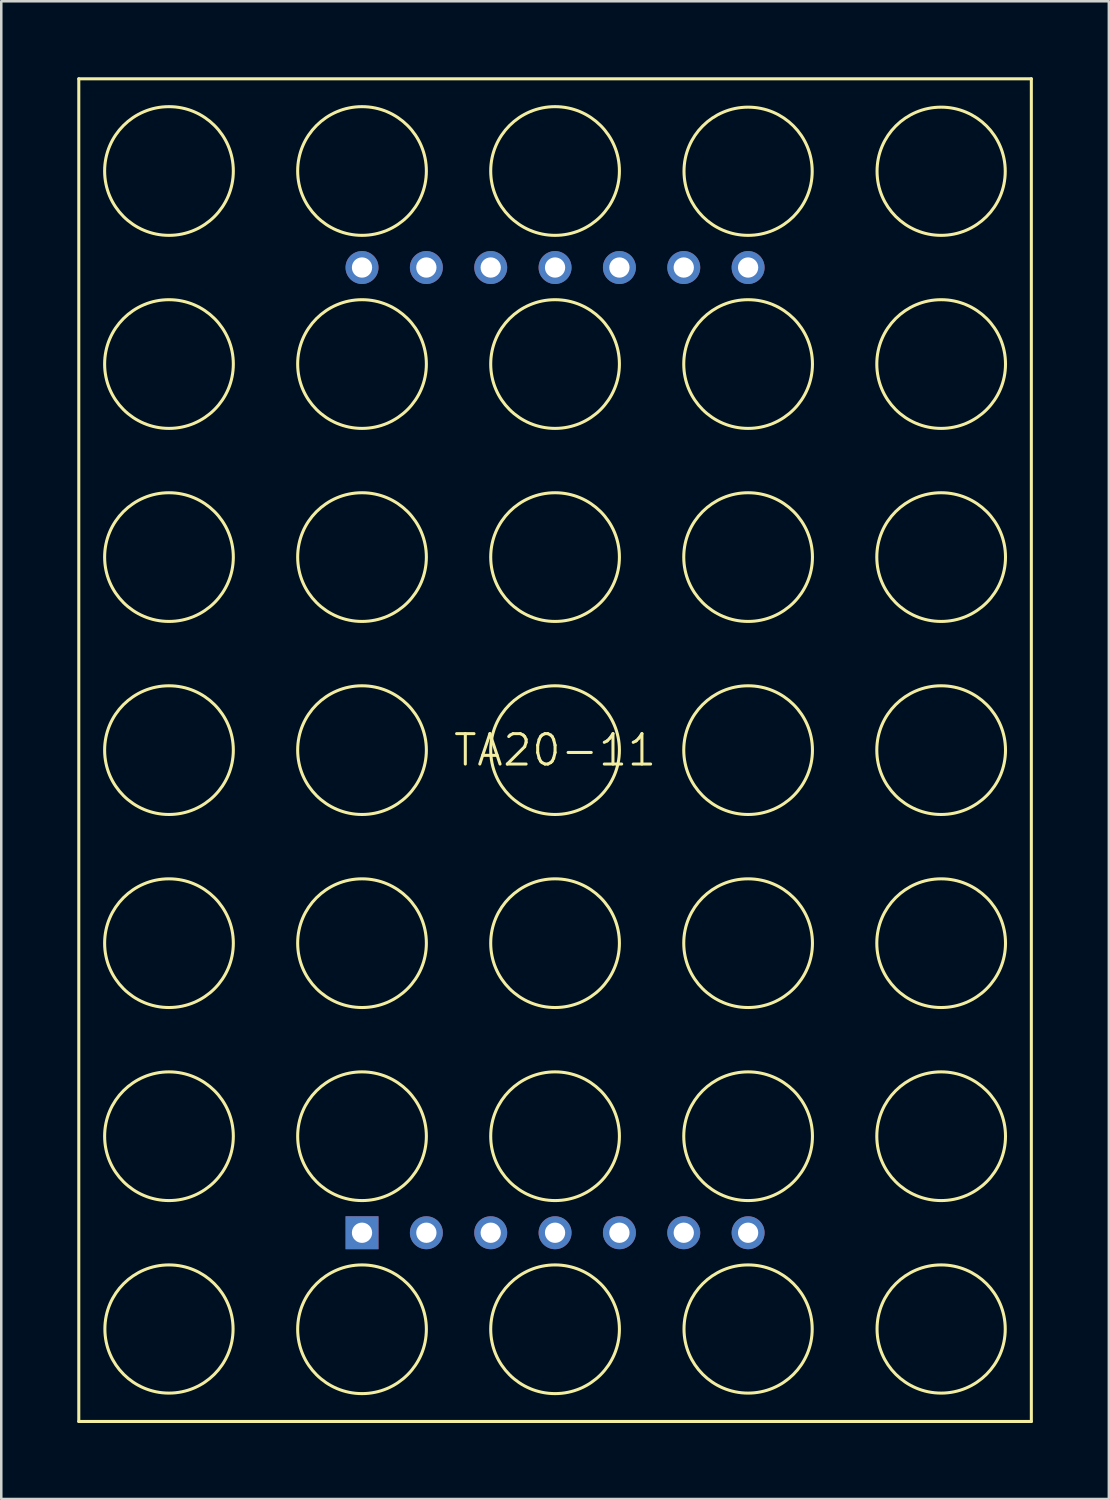
<source format=kicad_pcb>
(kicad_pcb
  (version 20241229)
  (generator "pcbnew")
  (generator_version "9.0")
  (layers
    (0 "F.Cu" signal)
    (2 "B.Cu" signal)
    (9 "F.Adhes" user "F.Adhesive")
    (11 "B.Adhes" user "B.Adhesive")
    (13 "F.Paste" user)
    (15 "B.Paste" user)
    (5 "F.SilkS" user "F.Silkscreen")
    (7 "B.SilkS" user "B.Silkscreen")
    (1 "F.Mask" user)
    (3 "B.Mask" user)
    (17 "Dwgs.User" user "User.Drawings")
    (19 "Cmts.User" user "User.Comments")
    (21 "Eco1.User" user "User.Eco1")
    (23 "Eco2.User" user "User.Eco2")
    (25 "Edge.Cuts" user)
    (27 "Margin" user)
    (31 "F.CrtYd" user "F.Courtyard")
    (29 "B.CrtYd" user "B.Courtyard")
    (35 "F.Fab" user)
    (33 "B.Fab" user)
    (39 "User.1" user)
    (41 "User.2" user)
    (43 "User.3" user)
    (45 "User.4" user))
  (footprint "TA20-11"
    (layer "F.Cu")
    (at 18.86 26.56)
    (property "Reference" "TA20-11" (at 0 0 0) (layer "F.SilkS") (effects (font (size 1.2 1.2) (thickness 0.12))))
    (attr through_hole)
    (fp_line (start -18.8 -26.5) (end 18.8 -26.5) (stroke (width 0.12) (type solid)) (layer "F.SilkS"))
    (fp_line (start -18.8 26.5) (end -18.8 -26.5) (stroke (width 0.12) (type solid)) (layer "F.SilkS"))
    (fp_line (start 18.8 -26.5) (end 18.8 26.5) (stroke (width 0.12) (type solid)) (layer "F.SilkS"))
    (fp_line (start 18.8 26.5) (end -18.8 26.5) (stroke (width 0.12) (type solid)) (layer "F.SilkS"))
    (fp_circle (center -15.24 -22.86) (end -15.24 -20.32) (stroke (width 0.12) (type solid)) (fill no) (layer "F.SilkS"))
    (fp_circle (center -15.24 -15.24) (end -15.24 -12.7) (stroke (width 0.12) (type solid)) (fill no) (layer "F.SilkS"))
    (fp_circle (center -15.24 -7.62) (end -15.24 -5.08) (stroke (width 0.12) (type solid)) (fill no) (layer "F.SilkS"))
    (fp_circle (center -15.24 0) (end -12.7 0) (stroke (width 0.12) (type solid)) (fill no) (layer "F.SilkS"))
    (fp_circle (center -15.24 7.62) (end -15.24 10.16) (stroke (width 0.12) (type solid)) (fill no) (layer "F.SilkS"))
    (fp_circle (center -15.24 15.24) (end -15.24 17.78) (stroke (width 0.12) (type solid)) (fill no) (layer "F.SilkS"))
    (fp_circle (center -15.24 22.85) (end -15.24 20.32) (stroke (width 0.12) (type solid)) (fill no) (layer "F.SilkS"))
    (fp_circle (center -7.62 -22.86) (end -7.62 -20.32) (stroke (width 0.12) (type solid)) (fill no) (layer "F.SilkS"))
    (fp_circle (center -7.62 -15.24) (end -7.62 -12.7) (stroke (width 0.12) (type solid)) (fill no) (layer "F.SilkS"))
    (fp_circle (center -7.62 -7.62) (end -7.62 -5.08) (stroke (width 0.12) (type solid)) (fill no) (layer "F.SilkS"))
    (fp_circle (center -7.62 0) (end -5.08 0) (stroke (width 0.12) (type solid)) (fill no) (layer "F.SilkS"))
    (fp_circle (center -7.62 7.62) (end -7.62 10.16) (stroke (width 0.12) (type solid)) (fill no) (layer "F.SilkS"))
    (fp_circle (center -7.62 15.24) (end -7.62 17.78) (stroke (width 0.12) (type solid)) (fill no) (layer "F.SilkS"))
    (fp_circle (center -7.62 22.86) (end -7.62 20.32) (stroke (width 0.12) (type solid)) (fill no) (layer "F.SilkS"))
    (fp_circle (center 0 -22.86) (end 0 -20.32) (stroke (width 0.12) (type solid)) (fill no) (layer "F.SilkS"))
    (fp_circle (center 0 -15.24) (end 0 -12.7) (stroke (width 0.12) (type solid)) (fill no) (layer "F.SilkS"))
    (fp_circle (center 0 -7.62) (end 0 -5.08) (stroke (width 0.12) (type solid)) (fill no) (layer "F.SilkS"))
    (fp_circle (center 0 0) (end 2.54 0) (stroke (width 0.12) (type solid)) (fill no) (layer "F.SilkS"))
    (fp_circle (center 0 7.62) (end 0 10.16) (stroke (width 0.12) (type solid)) (fill no) (layer "F.SilkS"))
    (fp_circle (center 0 15.24) (end 0 17.78) (stroke (width 0.12) (type solid)) (fill no) (layer "F.SilkS"))
    (fp_circle (center 0 22.86) (end 0 20.32) (stroke (width 0.12) (type solid)) (fill no) (layer "F.SilkS"))
    (fp_circle (center 7.62 -22.85) (end 7.62 -20.32) (stroke (width 0.12) (type solid)) (fill no) (layer "F.SilkS"))
    (fp_circle (center 7.62 -15.24) (end 7.62 -12.7) (stroke (width 0.12) (type solid)) (fill no) (layer "F.SilkS"))
    (fp_circle (center 7.62 -7.62) (end 7.62 -5.08) (stroke (width 0.12) (type solid)) (fill no) (layer "F.SilkS"))
    (fp_circle (center 7.62 0) (end 10.16 0) (stroke (width 0.12) (type solid)) (fill no) (layer "F.SilkS"))
    (fp_circle (center 7.62 7.62) (end 7.62 10.16) (stroke (width 0.12) (type solid)) (fill no) (layer "F.SilkS"))
    (fp_circle (center 7.62 15.24) (end 7.62 17.78) (stroke (width 0.12) (type solid)) (fill no) (layer "F.SilkS"))
    (fp_circle (center 7.62 22.85) (end 7.62 20.32) (stroke (width 0.12) (type solid)) (fill no) (layer "F.SilkS"))
    (fp_circle (center 15.24 -22.85) (end 15.24 -20.32) (stroke (width 0.12) (type solid)) (fill no) (layer "F.SilkS"))
    (fp_circle (center 15.24 -15.24) (end 15.24 -12.7) (stroke (width 0.12) (type solid)) (fill no) (layer "F.SilkS"))
    (fp_circle (center 15.24 -7.62) (end 15.24 -5.08) (stroke (width 0.12) (type solid)) (fill no) (layer "F.SilkS"))
    (fp_circle (center 15.24 0) (end 12.7 0) (stroke (width 0.12) (type solid)) (fill no) (layer "F.SilkS"))
    (fp_circle (center 15.24 7.62) (end 15.24 10.16) (stroke (width 0.12) (type solid)) (fill no) (layer "F.SilkS"))
    (fp_circle (center 15.24 15.24) (end 15.24 17.78) (stroke (width 0.12) (type solid)) (fill no) (layer "F.SilkS"))
    (fp_circle (center 15.24 22.85) (end 15.24 20.32) (stroke (width 0.12) (type solid)) (fill no) (layer "F.SilkS"))
    (pad "1" thru_hole rect (at -7.62 19.05) (size 1.3 1.3) (drill 0.8) (layers "*.Cu" "*.Mask"))
    (pad "2" thru_hole circle (at -5.08 19.05) (size 1.3 1.3) (drill 0.8) (layers "*.Cu" "*.Mask"))
    (pad "3" thru_hole circle (at -2.54 19.05) (size 1.3 1.3) (drill 0.8) (layers "*.Cu" "*.Mask"))
    (pad "4" thru_hole circle (at 0 19.05) (size 1.3 1.3) (drill 0.8) (layers "*.Cu" "*.Mask"))
    (pad "5" thru_hole circle (at 2.54 19.05) (size 1.3 1.3) (drill 0.8) (layers "*.Cu" "*.Mask"))
    (pad "6" thru_hole circle (at 5.08 19.05) (size 1.3 1.3) (drill 0.8) (layers "*.Cu" "*.Mask"))
    (pad "7" thru_hole circle (at 7.62 19.05) (size 1.3 1.3) (drill 0.8) (layers "*.Cu" "*.Mask"))
    (pad "8" thru_hole circle (at 7.62 -19.05) (size 1.3 1.3) (drill 0.8) (layers "*.Cu" "*.Mask"))
    (pad "9" thru_hole circle (at 5.08 -19.05) (size 1.3 1.3) (drill 0.8) (layers "*.Cu" "*.Mask"))
    (pad "10" thru_hole circle (at 2.54 -19.05) (size 1.3 1.3) (drill 0.8) (layers "*.Cu" "*.Mask"))
    (pad "11" thru_hole circle (at 0 -19.05) (size 1.3 1.3) (drill 0.8) (layers "*.Cu" "*.Mask"))
    (pad "12" thru_hole circle (at -2.54 -19.05) (size 1.3 1.3) (drill 0.8) (layers "*.Cu" "*.Mask"))
    (pad "13" thru_hole circle (at -5.08 -19.05) (size 1.3 1.3) (drill 0.8) (layers "*.Cu" "*.Mask"))
    (pad "14" thru_hole circle (at -7.62 -19.05) (size 1.3 1.3) (drill 0.8) (layers "*.Cu" "*.Mask")))
  (gr_rect
    (start -3 -3)
    (end 40.72 56.12)
    (stroke (width 0.1) (type default))
    (fill no)
    (layer "Edge.Cuts")))
</source>
